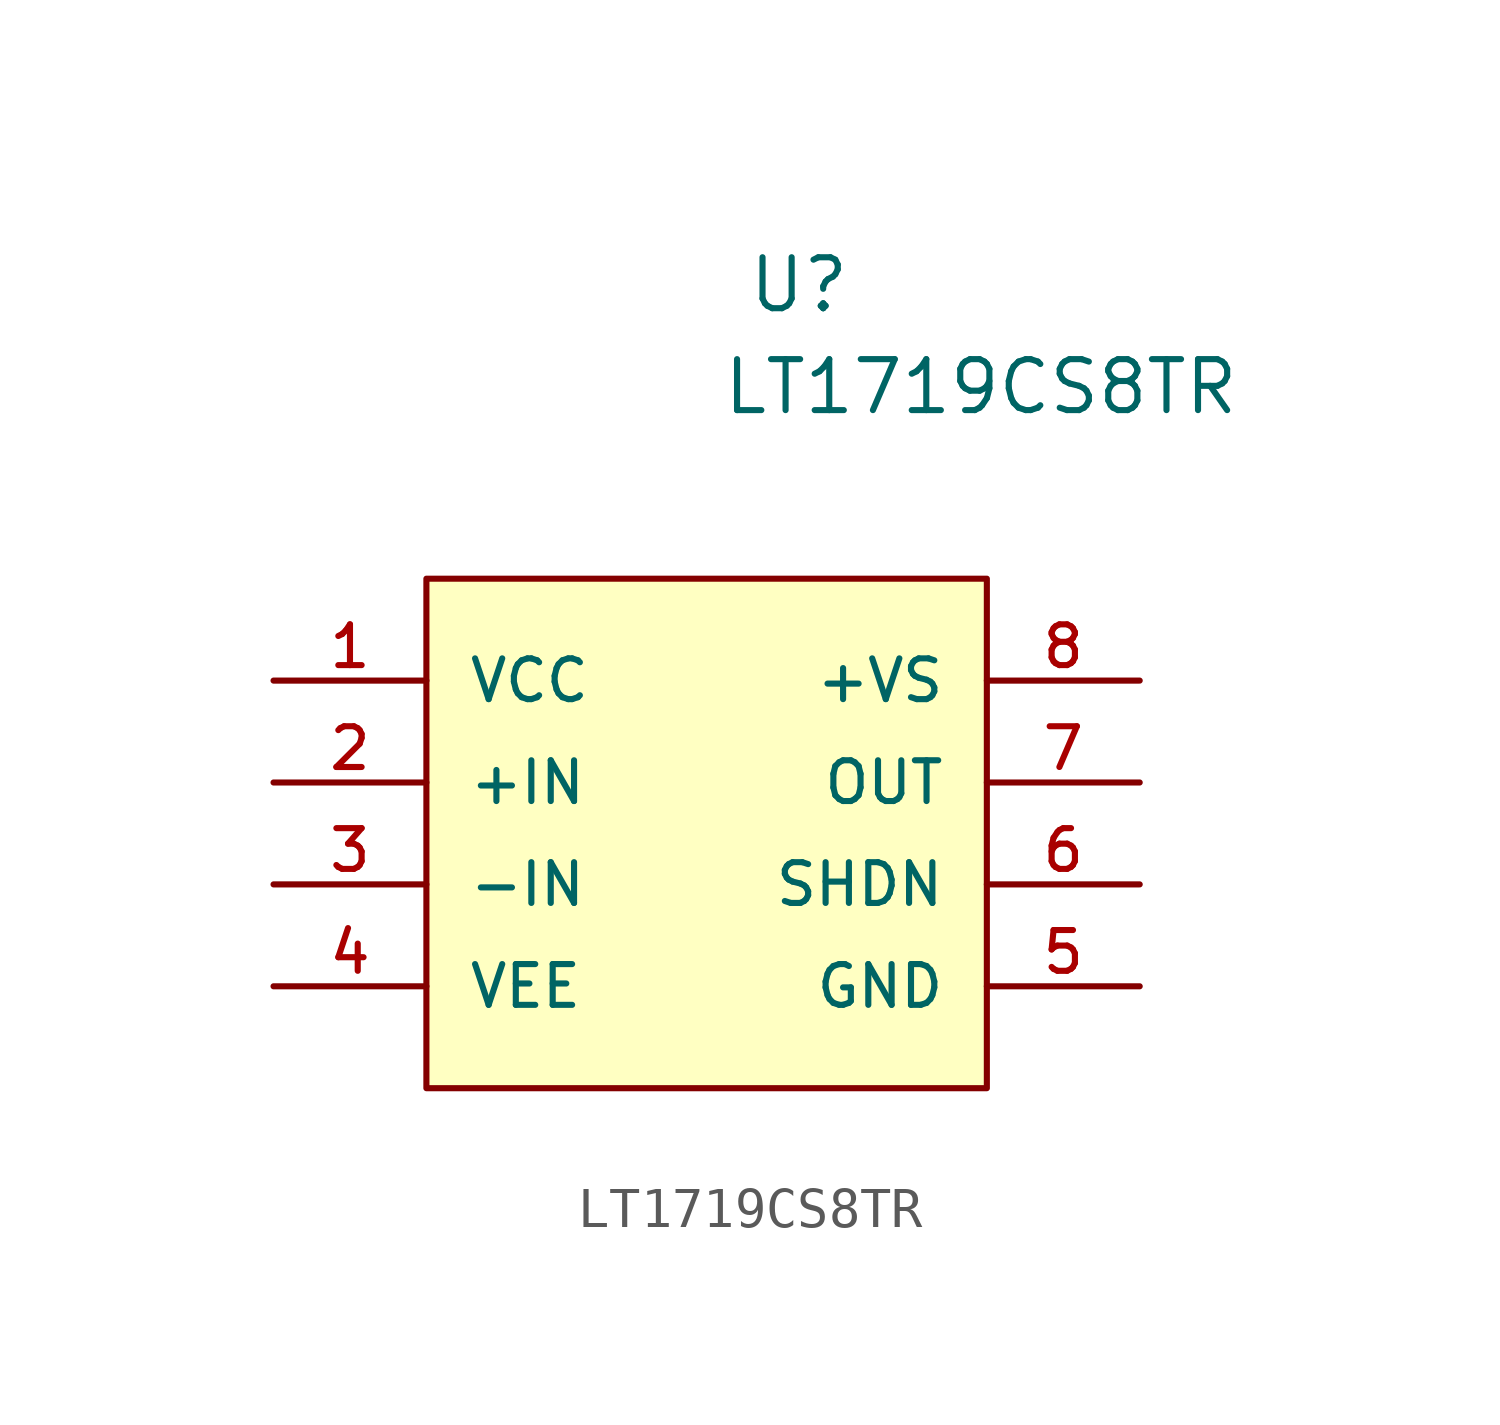
<source format=kicad_sym>
(kicad_symbol_lib
  (version 20220914)
  (generator kicad_symbol_editor)
  (symbol "LT1719CS8TR"
    (pin_names
      (offset 1.016))
    (property "Reference" "U"
      (at 15.596 9.119 0)
      (effects (font (size 1.27 1.27)) (justify left bottom)))
    (property "Value" "LT1719CS8TR"
      (at 14.961 6.579 0)
      (effects (font (size 1.27 1.27)) (justify left bottom)))
    (symbol "LT1719CS8TR_0_0"
      (rectangle (start 7.62 2.54) (end 21.59 -10.16) (stroke (width 0.152) (type default)) (fill (type background))))
    (symbol "LT1719CS8TR_1_0"
      (pin power_in line (at 3.81 0 0) (length 3.81) (name "VCC" (effects (font (size 1.016 1.016)))) (number "1" (effects (font (size 1.016 1.016)))))
      (pin input line (at 3.81 -2.54 0) (length 3.81) (name "+IN" (effects (font (size 1.016 1.016)))) (number "2" (effects (font (size 1.016 1.016)))))
      (pin input line (at 3.81 -5.08 0) (length 3.81) (name "-IN" (effects (font (size 1.016 1.016)))) (number "3" (effects (font (size 1.016 1.016)))))
      (pin power_in line (at 3.81 -7.62 0) (length 3.81) (name "VEE" (effects (font (size 1.016 1.016)))) (number "4" (effects (font (size 1.016 1.016)))))
      (pin power_in line (at 25.4 -7.62 180) (length 3.81) (name "GND" (effects (font (size 1.016 1.016)))) (number "5" (effects (font (size 1.016 1.016)))))
      (pin passive line (at 25.4 -5.08 180) (length 3.81) (name "SHDN" (effects (font (size 1.016 1.016)))) (number "6" (effects (font (size 1.016 1.016)))))
      (pin output line (at 25.4 -2.54 180) (length 3.81) (name "OUT" (effects (font (size 1.016 1.016)))) (number "7" (effects (font (size 1.016 1.016)))))
      (pin power_in line (at 25.4 0 180) (length 3.81) (name "+VS" (effects (font (size 1.016 1.016)))) (number "8" (effects (font (size 1.016 1.016))))))))
</source>
